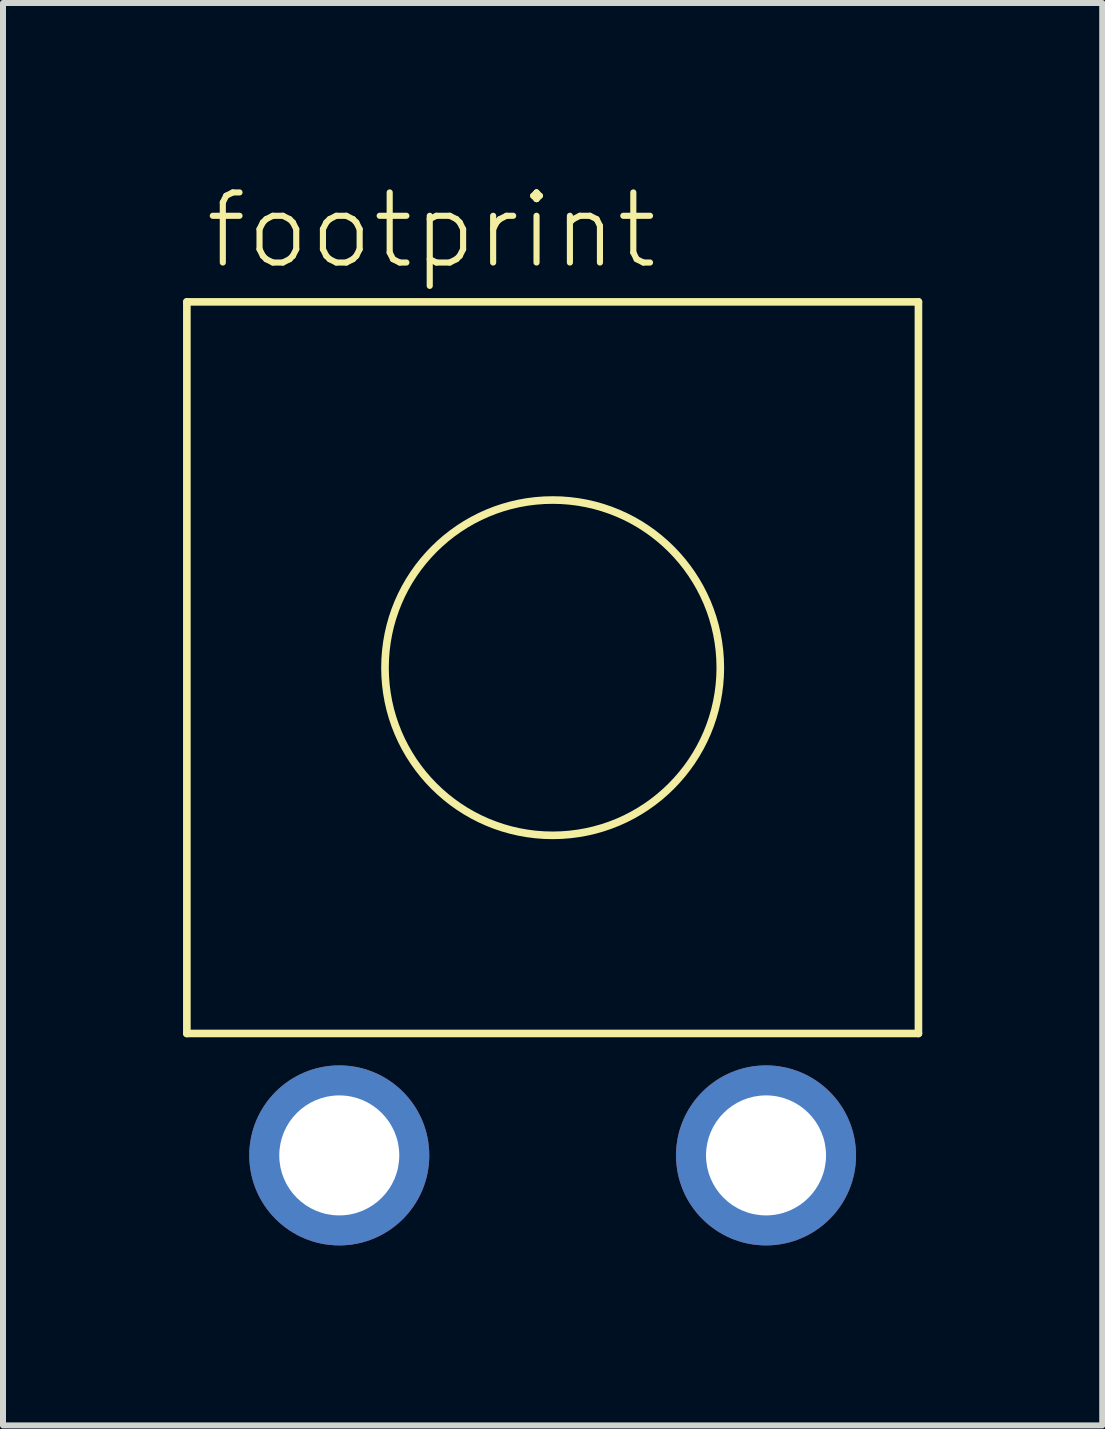
<source format=kicad_pcb>
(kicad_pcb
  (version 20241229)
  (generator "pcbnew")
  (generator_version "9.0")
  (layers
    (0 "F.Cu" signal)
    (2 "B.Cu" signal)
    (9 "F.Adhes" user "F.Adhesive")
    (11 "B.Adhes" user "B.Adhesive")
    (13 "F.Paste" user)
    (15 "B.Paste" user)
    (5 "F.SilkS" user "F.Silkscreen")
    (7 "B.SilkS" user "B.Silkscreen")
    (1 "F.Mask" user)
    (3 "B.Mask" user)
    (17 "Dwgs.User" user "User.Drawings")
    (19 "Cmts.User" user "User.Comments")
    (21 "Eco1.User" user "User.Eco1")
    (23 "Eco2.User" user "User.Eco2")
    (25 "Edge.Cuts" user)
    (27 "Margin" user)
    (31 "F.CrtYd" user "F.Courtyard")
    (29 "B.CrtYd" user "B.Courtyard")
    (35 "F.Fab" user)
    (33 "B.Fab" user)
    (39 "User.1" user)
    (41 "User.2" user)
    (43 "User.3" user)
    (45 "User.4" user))
  (footprint "footprint"
    (layer "F.Cu")
    (at 6.16 8.077)
    (property "Reference" "footprint" (at -5.842 -6.604 0) (layer "F.SilkS") (effects (font (size 1.168 1.168) (thickness 0.102)) (justify left bottom)))
    (fp_line (start -6.096 -6.096) (end 6.096 -6.096) (stroke (width 0.127) (type solid)) (layer "F.SilkS"))
    (fp_line (start -6.096 6.096) (end -6.096 -6.096) (stroke (width 0.127) (type solid)) (layer "F.SilkS"))
    (fp_line (start 6.096 -6.096) (end 6.096 6.096) (stroke (width 0.127) (type solid)) (layer "F.SilkS"))
    (fp_line (start 6.096 6.096) (end -6.096 6.096) (stroke (width 0.127) (type solid)) (layer "F.SilkS"))
    (fp_circle (center 0 0) (end 2.794 0) (stroke (width 0.127) (type solid)) (fill no) (layer "F.SilkS"))
    (pad "P" thru_hole circle (at 3.556 8.128) (size 3 3) (drill 2) (layers "*.Cu" "*.Mask"))
    (pad "T" thru_hole circle (at -3.556 8.128) (size 3 3) (drill 2) (layers "*.Cu" "*.Mask")))
  (gr_rect
    (start -3 -3)
    (end 15.319 20.705)
    (stroke (width 0.1) (type default))
    (fill no)
    (layer "Edge.Cuts")))
</source>
